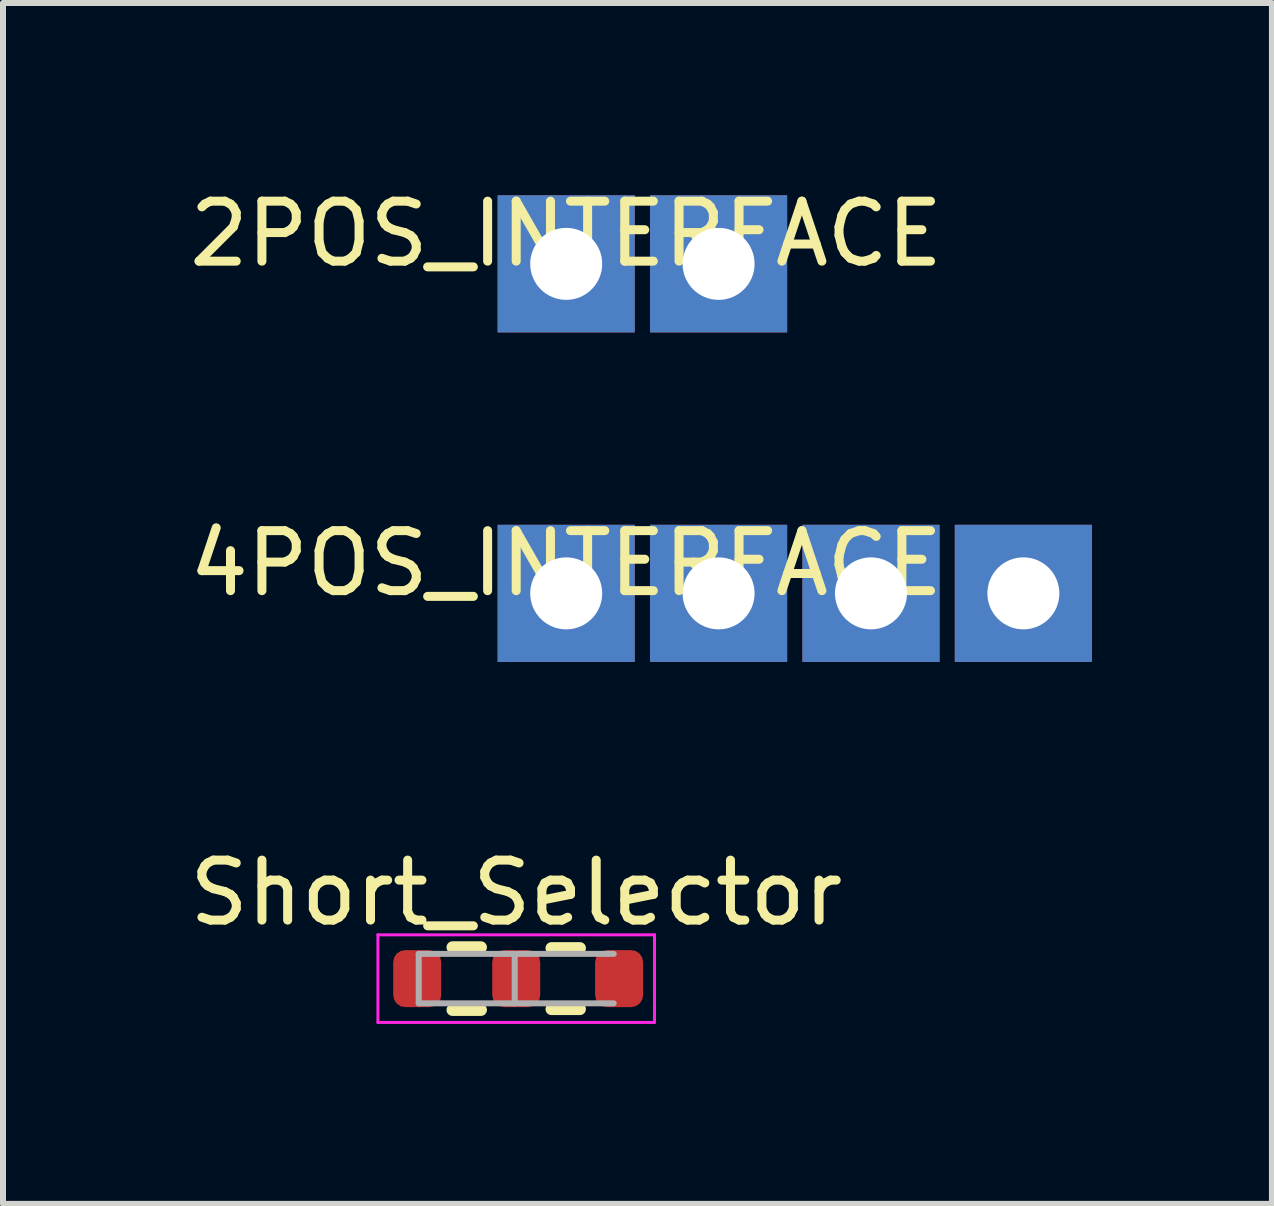
<source format=kicad_pcb>
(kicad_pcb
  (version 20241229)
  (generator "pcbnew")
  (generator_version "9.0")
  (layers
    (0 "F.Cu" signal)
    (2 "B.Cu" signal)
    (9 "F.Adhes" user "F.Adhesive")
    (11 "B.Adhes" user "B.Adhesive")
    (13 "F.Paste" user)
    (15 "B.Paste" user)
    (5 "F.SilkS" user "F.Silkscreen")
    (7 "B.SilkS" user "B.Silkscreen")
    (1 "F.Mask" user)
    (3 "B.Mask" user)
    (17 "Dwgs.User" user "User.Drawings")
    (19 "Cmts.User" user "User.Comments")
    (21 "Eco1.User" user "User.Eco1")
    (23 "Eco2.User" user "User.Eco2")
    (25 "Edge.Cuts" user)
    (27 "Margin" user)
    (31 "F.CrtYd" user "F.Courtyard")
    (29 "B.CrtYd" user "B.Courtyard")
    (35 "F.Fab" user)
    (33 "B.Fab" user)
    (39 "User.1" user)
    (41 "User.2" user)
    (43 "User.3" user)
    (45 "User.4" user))
  (footprint "Short_Selector"
    (layer "F.Cu")
    (at 5.554 13.261)
    (property "Reference" "Short_Selector" (at 0 -1.43 0) (layer "F.SilkS") (effects (font (size 1 1) (thickness 0.15))))
    (attr smd)
    (fp_line (start -1.062 -0.522) (end -0.588 -0.522) (stroke (width 0.2) (type solid)) (layer "F.SilkS"))
    (fp_line (start -1.062 0.522) (end -0.588 0.522) (stroke (width 0.2) (type solid)) (layer "F.SilkS"))
    (fp_line (start 0.588 -0.508) (end 1.062 -0.508) (stroke (width 0.2) (type solid)) (layer "F.SilkS"))
    (fp_line (start 0.588 0.508) (end 1.062 0.508) (stroke (width 0.2) (type solid)) (layer "F.SilkS"))
    (fp_line (start -2.305 -0.73) (end 2.305 -0.73) (stroke (width 0.05) (type solid)) (layer "F.CrtYd"))
    (fp_line (start -2.305 0.73) (end -2.305 -0.73) (stroke (width 0.05) (type solid)) (layer "F.CrtYd"))
    (fp_line (start 2.305 0.73) (end -2.305 0.73) (stroke (width 0.05) (type solid)) (layer "F.CrtYd"))
    (fp_line (start 2.305 0.73) (end 2.305 -0.73) (stroke (width 0.05) (type solid)) (layer "F.CrtYd"))
    (fp_line (start -1.625 -0.412) (end -0.025 -0.412) (stroke (width 0.1) (type solid)) (layer "F.Fab"))
    (fp_line (start -1.625 0.412) (end -1.625 -0.412) (stroke (width 0.1) (type solid)) (layer "F.Fab"))
    (fp_line (start -0.025 -0.412) (end -0.025 0.412) (stroke (width 0.1) (type solid)) (layer "F.Fab"))
    (fp_line (start -0.025 0.412) (end -1.625 0.412) (stroke (width 0.1) (type solid)) (layer "F.Fab"))
    (fp_line (start 0.025 0.412) (end 1.625 0.412) (stroke (width 0.1) (type solid)) (layer "F.Fab"))
    (fp_line (start 1.625 -0.412) (end 0.025 -0.412) (stroke (width 0.1) (type solid)) (layer "F.Fab"))
    (pad "1" smd roundrect (at -1.65 0) (size 0.8 0.95) (layers "F.Cu" "F.Mask" "F.Paste") (roundrect_rratio 0.25))
    (pad "2" smd roundrect (at 0 0) (size 0.8 0.95) (layers "F.Cu" "F.Mask" "F.Paste") (roundrect_rratio 0.25))
    (pad "3" smd roundrect (at 1.715 0) (size 0.8 0.95) (layers "F.Cu" "F.Mask" "F.Paste") (roundrect_rratio 0.25)))
  (footprint "2POS_INTERFACE"
    (layer "F.Cu")
    (at 6.387 1.348)
    (property "Reference" "2POS_INTERFACE" (at 0 -0.5 0) (unlocked yes) (layer "F.SilkS") (effects (font (size 1 1) (thickness 0.15))))
    (attr smd)
    (pad "1" thru_hole rect (at 0 0) (size 2.286 2.286) (drill 1.2) (layers "*.Cu" "*.Mask"))
    (pad "2" thru_hole rect (at 2.54 0) (size 2.286 2.286) (drill 1.2) (layers "*.Cu" "*.Mask")))
  (footprint "4POS_INTERFACE"
    (layer "F.Cu")
    (at 6.387 6.84)
    (property "Reference" "4POS_INTERFACE" (at 0 -0.5 0) (unlocked yes) (layer "F.SilkS") (effects (font (size 1 1) (thickness 0.15))))
    (attr smd)
    (pad "1" thru_hole rect (at 0 0) (size 2.286 2.286) (drill 1.2) (layers "*.Cu" "*.Mask"))
    (pad "2" thru_hole rect (at 2.54 0) (size 2.286 2.286) (drill 1.2) (layers "*.Cu" "*.Mask"))
    (pad "3" thru_hole rect (at 5.08 0) (size 2.286 2.286) (drill 1.2) (layers "*.Cu" "*.Mask"))
    (pad "4" thru_hole rect (at 7.62 0) (size 2.286 2.286) (drill 1.2) (layers "*.Cu" "*.Mask")))
  (gr_rect
    (start -3 -3)
    (end 18.15 17.016)
    (stroke (width 0.1) (type default))
    (fill no)
    (layer "Edge.Cuts")))
</source>
